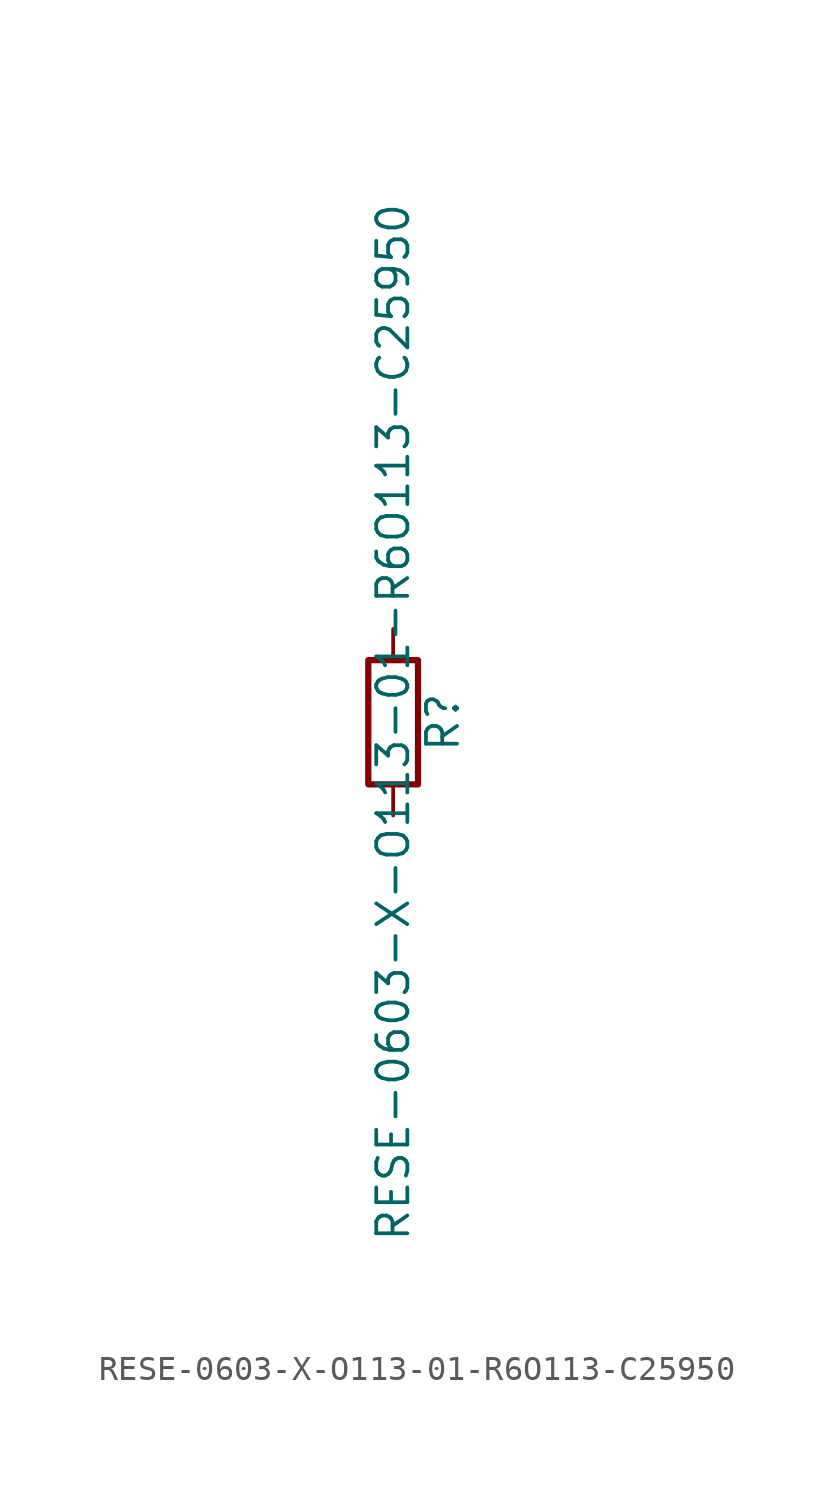
<source format=kicad_sym>
(kicad_symbol_lib
  (version 20211014)
  (generator kicad_symbol_editor)
  (symbol "RESE-0603-X-O113-01-R6O113-C25950"
    (pin_numbers hide)
    (pin_names
      (offset 0))
    (property "Reference" "R"
      (at 2.032 0 90)
      (effects (font (size 1.27 1.27))))
    (property "Value" "RESE-0603-X-O113-01-R6O113-C25950"
      (at 0 0 90)
      (effects (font (size 1.27 1.27))))
    (symbol "RESE-0603-X-O113-01-R6O113-C25950_0_1"
      (rectangle (start -1.016 -2.54) (end 1.016 2.54) (stroke (width 0.254) (type default) (color 0 0 0 0)) (fill (type none))))
    (symbol "RESE-0603-X-O113-01-R6O113-C25950_1_1"
      (pin passive line (at 0 3.81 270) (length 1.27) (name "~" (effects (font (size 1.27 1.27)))) (number "1" (effects (font (size 1.27 1.27)))))
      (pin passive line (at 0 -3.81 90) (length 1.27) (name "~" (effects (font (size 1.27 1.27)))) (number "2" (effects (font (size 1.27 1.27))))))))
</source>
